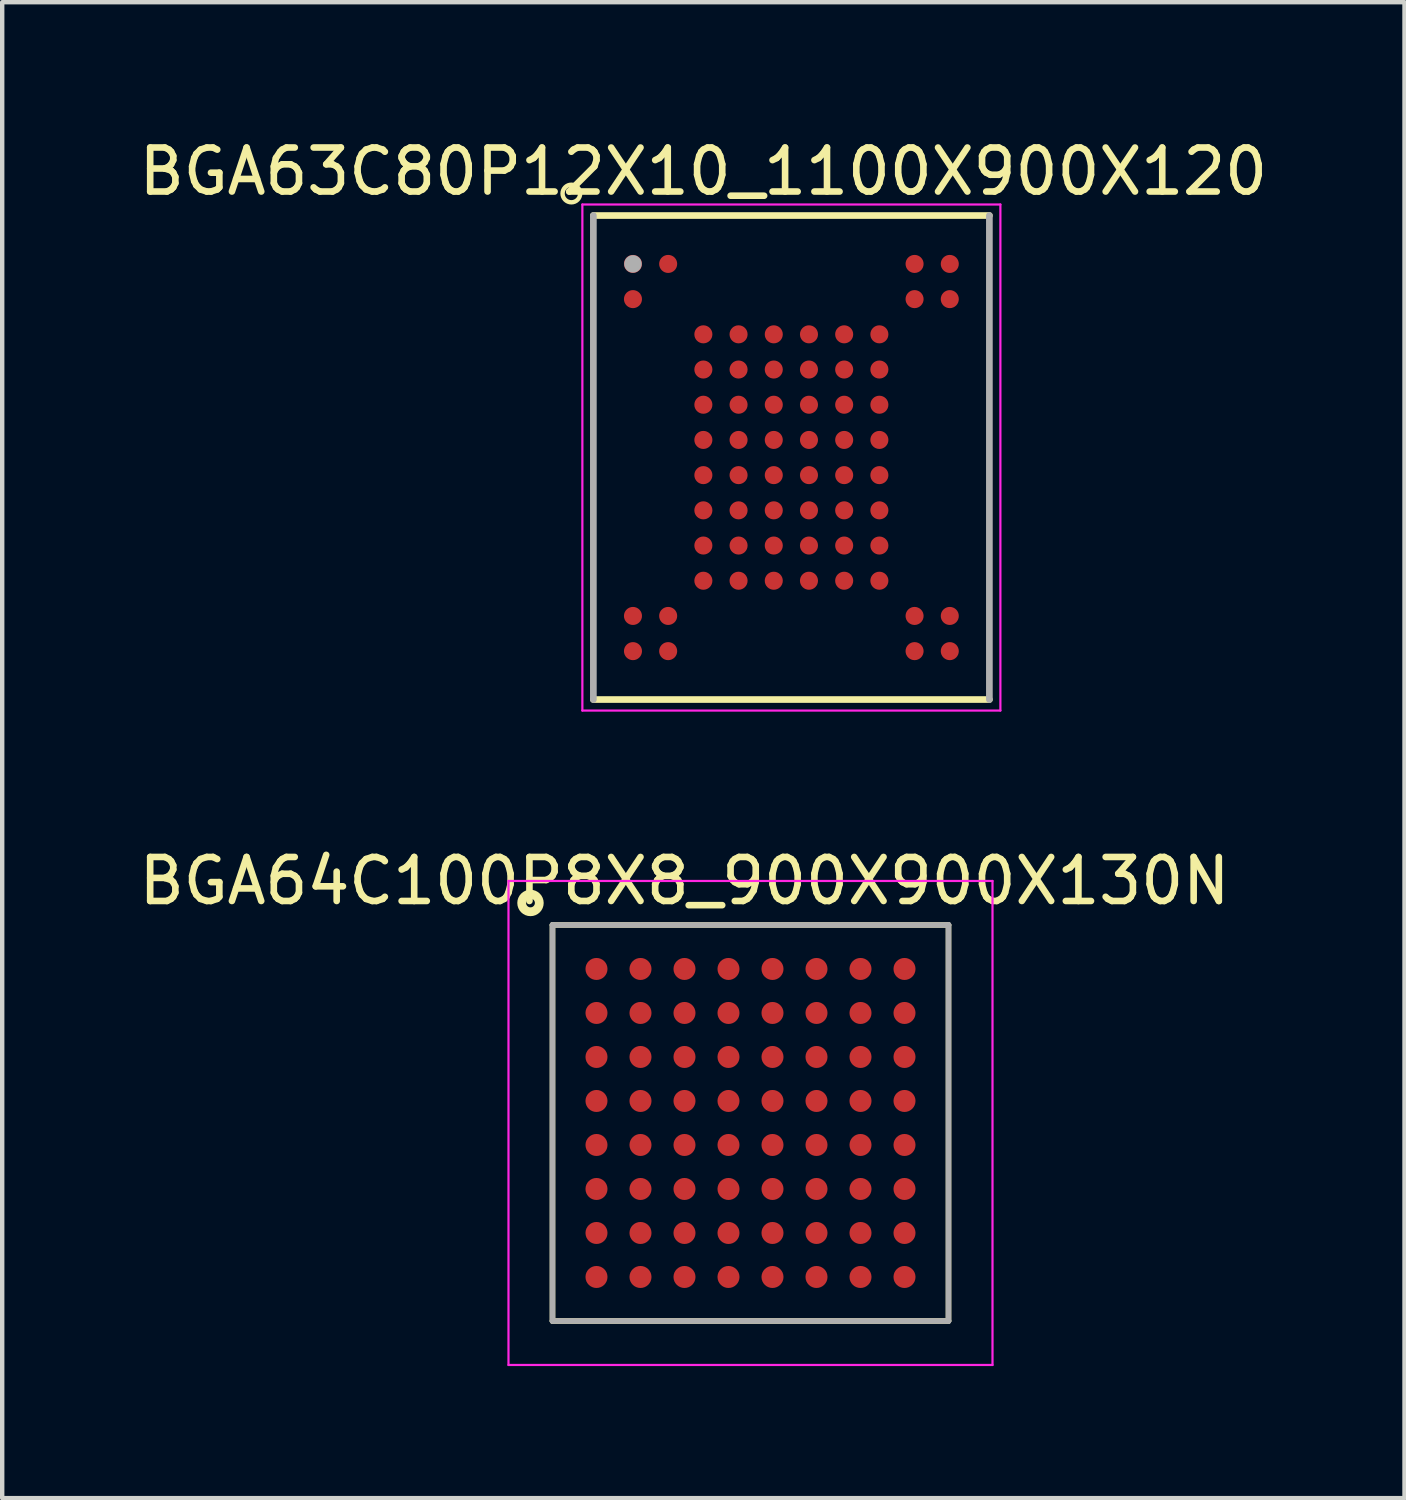
<source format=kicad_pcb>
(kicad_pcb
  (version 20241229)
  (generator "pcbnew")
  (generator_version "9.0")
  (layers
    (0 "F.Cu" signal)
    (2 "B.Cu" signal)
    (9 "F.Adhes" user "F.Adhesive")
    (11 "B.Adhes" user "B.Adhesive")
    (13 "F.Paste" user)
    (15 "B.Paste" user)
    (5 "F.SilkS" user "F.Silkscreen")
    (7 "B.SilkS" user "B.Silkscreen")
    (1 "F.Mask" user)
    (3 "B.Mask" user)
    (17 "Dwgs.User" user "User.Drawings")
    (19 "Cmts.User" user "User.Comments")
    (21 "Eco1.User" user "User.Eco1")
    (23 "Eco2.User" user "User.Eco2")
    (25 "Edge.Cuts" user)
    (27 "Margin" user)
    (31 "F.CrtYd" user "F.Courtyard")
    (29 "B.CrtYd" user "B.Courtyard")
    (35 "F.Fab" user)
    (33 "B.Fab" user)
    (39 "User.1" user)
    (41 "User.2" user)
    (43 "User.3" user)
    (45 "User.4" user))
  (footprint "BGA63C80P12X10_1100X900X120"
    (layer "F.Cu")
    (at 14.935 7.348)
    (property "Reference" "BGA63C80P12X10_1100X900X120" (at -2 -6.5 0) (layer "F.SilkS") (effects (font (size 1 1) (thickness 0.15))))
    (attr through_hole)
    (fp_line (start -4.5 -5.5) (end 4.5 -5.5) (stroke (width 0.152) (type solid)) (layer "F.SilkS"))
    (fp_line (start 4.5 5.5) (end -4.5 5.5) (stroke (width 0.152) (type solid)) (layer "F.SilkS"))
    (fp_circle (center -5 -6) (end -4.8 -6) (stroke (width 0.1) (type solid)) (fill no) (layer "F.SilkS"))
    (fp_line (start -4.75 -5.75) (end 4.75 -5.75) (stroke (width 0.05) (type solid)) (layer "F.CrtYd"))
    (fp_line (start -4.75 5.75) (end -4.75 -5.75) (stroke (width 0.05) (type solid)) (layer "F.CrtYd"))
    (fp_line (start 4.75 -5.75) (end 4.75 5.75) (stroke (width 0.05) (type solid)) (layer "F.CrtYd"))
    (fp_line (start 4.75 5.75) (end -4.75 5.75) (stroke (width 0.05) (type solid)) (layer "F.CrtYd"))
    (fp_line (start -4.5 5.5) (end -4.5 -5.5) (stroke (width 0.152) (type solid)) (layer "F.Fab"))
    (fp_line (start 4.5 -5.5) (end 4.5 5.5) (stroke (width 0.152) (type solid)) (layer "F.Fab"))
    (fp_circle (center -3.6 -4.4) (end -3.5 -4.4) (stroke (width 0.2) (type solid)) (fill no) (layer "F.Fab"))
    (pad "A1" smd circle (at -3.6 -4.4) (size 0.41 0.41) (layers "F.Cu" "F.Mask" "F.Paste"))
    (pad "A2" smd circle (at -2.8 -4.4) (size 0.41 0.41) (layers "F.Cu" "F.Mask" "F.Paste"))
    (pad "A9" smd circle (at 2.8 -4.4) (size 0.41 0.41) (layers "F.Cu" "F.Mask" "F.Paste"))
    (pad "A10" smd circle (at 3.6 -4.4) (size 0.41 0.41) (layers "F.Cu" "F.Mask" "F.Paste"))
    (pad "B1" smd circle (at -3.6 -3.6) (size 0.41 0.41) (layers "F.Cu" "F.Mask" "F.Paste"))
    (pad "B9" smd circle (at 2.8 -3.6) (size 0.41 0.41) (layers "F.Cu" "F.Mask" "F.Paste"))
    (pad "B10" smd circle (at 3.6 -3.6) (size 0.41 0.41) (layers "F.Cu" "F.Mask" "F.Paste"))
    (pad "C3" smd circle (at -2 -2.8) (size 0.41 0.41) (layers "F.Cu" "F.Mask" "F.Paste"))
    (pad "C4" smd circle (at -1.2 -2.8) (size 0.41 0.41) (layers "F.Cu" "F.Mask" "F.Paste"))
    (pad "C5" smd circle (at -0.4 -2.8) (size 0.41 0.41) (layers "F.Cu" "F.Mask" "F.Paste"))
    (pad "C6" smd circle (at 0.4 -2.8) (size 0.41 0.41) (layers "F.Cu" "F.Mask" "F.Paste"))
    (pad "C7" smd circle (at 1.2 -2.8) (size 0.41 0.41) (layers "F.Cu" "F.Mask" "F.Paste"))
    (pad "C8" smd circle (at 2 -2.8) (size 0.41 0.41) (layers "F.Cu" "F.Mask" "F.Paste"))
    (pad "D3" smd circle (at -2 -2) (size 0.41 0.41) (layers "F.Cu" "F.Mask" "F.Paste"))
    (pad "D4" smd circle (at -1.2 -2) (size 0.41 0.41) (layers "F.Cu" "F.Mask" "F.Paste"))
    (pad "D5" smd circle (at -0.4 -2) (size 0.41 0.41) (layers "F.Cu" "F.Mask" "F.Paste"))
    (pad "D6" smd circle (at 0.4 -2) (size 0.41 0.41) (layers "F.Cu" "F.Mask" "F.Paste"))
    (pad "D7" smd circle (at 1.2 -2) (size 0.41 0.41) (layers "F.Cu" "F.Mask" "F.Paste"))
    (pad "D8" smd circle (at 2 -2) (size 0.41 0.41) (layers "F.Cu" "F.Mask" "F.Paste"))
    (pad "E3" smd circle (at -2 -1.2) (size 0.41 0.41) (layers "F.Cu" "F.Mask" "F.Paste"))
    (pad "E4" smd circle (at -1.2 -1.2) (size 0.41 0.41) (layers "F.Cu" "F.Mask" "F.Paste"))
    (pad "E5" smd circle (at -0.4 -1.2) (size 0.41 0.41) (layers "F.Cu" "F.Mask" "F.Paste"))
    (pad "E6" smd circle (at 0.4 -1.2) (size 0.41 0.41) (layers "F.Cu" "F.Mask" "F.Paste"))
    (pad "E7" smd circle (at 1.2 -1.2) (size 0.41 0.41) (layers "F.Cu" "F.Mask" "F.Paste"))
    (pad "E8" smd circle (at 2 -1.2) (size 0.41 0.41) (layers "F.Cu" "F.Mask" "F.Paste"))
    (pad "F3" smd circle (at -2 -0.4) (size 0.41 0.41) (layers "F.Cu" "F.Mask" "F.Paste"))
    (pad "F4" smd circle (at -1.2 -0.4) (size 0.41 0.41) (layers "F.Cu" "F.Mask" "F.Paste"))
    (pad "F5" smd circle (at -0.4 -0.4) (size 0.41 0.41) (layers "F.Cu" "F.Mask" "F.Paste"))
    (pad "F6" smd circle (at 0.4 -0.4) (size 0.41 0.41) (layers "F.Cu" "F.Mask" "F.Paste"))
    (pad "F7" smd circle (at 1.2 -0.4) (size 0.41 0.41) (layers "F.Cu" "F.Mask" "F.Paste"))
    (pad "F8" smd circle (at 2 -0.4) (size 0.41 0.41) (layers "F.Cu" "F.Mask" "F.Paste"))
    (pad "G3" smd circle (at -2 0.4) (size 0.41 0.41) (layers "F.Cu" "F.Mask" "F.Paste"))
    (pad "G4" smd circle (at -1.2 0.4) (size 0.41 0.41) (layers "F.Cu" "F.Mask" "F.Paste"))
    (pad "G5" smd circle (at -0.4 0.4) (size 0.41 0.41) (layers "F.Cu" "F.Mask" "F.Paste"))
    (pad "G6" smd circle (at 0.4 0.4) (size 0.41 0.41) (layers "F.Cu" "F.Mask" "F.Paste"))
    (pad "G7" smd circle (at 1.2 0.4) (size 0.41 0.41) (layers "F.Cu" "F.Mask" "F.Paste"))
    (pad "G8" smd circle (at 2 0.4) (size 0.41 0.41) (layers "F.Cu" "F.Mask" "F.Paste"))
    (pad "H3" smd circle (at -2 1.2) (size 0.41 0.41) (layers "F.Cu" "F.Mask" "F.Paste"))
    (pad "H4" smd circle (at -1.2 1.2) (size 0.41 0.41) (layers "F.Cu" "F.Mask" "F.Paste"))
    (pad "H5" smd circle (at -0.4 1.2) (size 0.41 0.41) (layers "F.Cu" "F.Mask" "F.Paste"))
    (pad "H6" smd circle (at 0.4 1.2) (size 0.41 0.41) (layers "F.Cu" "F.Mask" "F.Paste"))
    (pad "H7" smd circle (at 1.2 1.2) (size 0.41 0.41) (layers "F.Cu" "F.Mask" "F.Paste"))
    (pad "H8" smd circle (at 2 1.2) (size 0.41 0.41) (layers "F.Cu" "F.Mask" "F.Paste"))
    (pad "J3" smd circle (at -2 2) (size 0.41 0.41) (layers "F.Cu" "F.Mask" "F.Paste"))
    (pad "J4" smd circle (at -1.2 2) (size 0.41 0.41) (layers "F.Cu" "F.Mask" "F.Paste"))
    (pad "J5" smd circle (at -0.4 2) (size 0.41 0.41) (layers "F.Cu" "F.Mask" "F.Paste"))
    (pad "J6" smd circle (at 0.4 2) (size 0.41 0.41) (layers "F.Cu" "F.Mask" "F.Paste"))
    (pad "J7" smd circle (at 1.2 2) (size 0.41 0.41) (layers "F.Cu" "F.Mask" "F.Paste"))
    (pad "J8" smd circle (at 2 2) (size 0.41 0.41) (layers "F.Cu" "F.Mask" "F.Paste"))
    (pad "K3" smd circle (at -2 2.8) (size 0.41 0.41) (layers "F.Cu" "F.Mask" "F.Paste"))
    (pad "K4" smd circle (at -1.2 2.8) (size 0.41 0.41) (layers "F.Cu" "F.Mask" "F.Paste"))
    (pad "K5" smd circle (at -0.4 2.8) (size 0.41 0.41) (layers "F.Cu" "F.Mask" "F.Paste"))
    (pad "K6" smd circle (at 0.4 2.8) (size 0.41 0.41) (layers "F.Cu" "F.Mask" "F.Paste"))
    (pad "K7" smd circle (at 1.2 2.8) (size 0.41 0.41) (layers "F.Cu" "F.Mask" "F.Paste"))
    (pad "K8" smd circle (at 2 2.8) (size 0.41 0.41) (layers "F.Cu" "F.Mask" "F.Paste"))
    (pad "L1" smd circle (at -3.6 3.6) (size 0.41 0.41) (layers "F.Cu" "F.Mask" "F.Paste"))
    (pad "L2" smd circle (at -2.8 3.6) (size 0.41 0.41) (layers "F.Cu" "F.Mask" "F.Paste"))
    (pad "L9" smd circle (at 2.8 3.6) (size 0.41 0.41) (layers "F.Cu" "F.Mask" "F.Paste"))
    (pad "L10" smd circle (at 3.6 3.6) (size 0.41 0.41) (layers "F.Cu" "F.Mask" "F.Paste"))
    (pad "M1" smd circle (at -3.6 4.4) (size 0.41 0.41) (layers "F.Cu" "F.Mask" "F.Paste"))
    (pad "M2" smd circle (at -2.8 4.4) (size 0.41 0.41) (layers "F.Cu" "F.Mask" "F.Paste"))
    (pad "M9" smd circle (at 2.8 4.4) (size 0.41 0.41) (layers "F.Cu" "F.Mask" "F.Paste"))
    (pad "M10" smd circle (at 3.6 4.4) (size 0.41 0.41) (layers "F.Cu" "F.Mask" "F.Paste")))
  (footprint "BGA64C100P8X8_900X900X130N"
    (layer "F.Cu")
    (at 14.006 22.471)
    (property "Reference" "BGA64C100P8X8_900X900X130N" (at -1.5 -5.5 0) (layer "F.SilkS") (effects (font (size 1 1) (thickness 0.15))))
    (attr through_hole)
    (fp_line (start -4.5 -4.5) (end 4.5 -4.5) (stroke (width 0.127) (type solid)) (layer "F.SilkS"))
    (fp_line (start -4.5 4.5) (end -4.5 -4.5) (stroke (width 0.127) (type solid)) (layer "F.SilkS"))
    (fp_line (start 4.5 -4.5) (end 4.5 4.5) (stroke (width 0.127) (type solid)) (layer "F.SilkS"))
    (fp_line (start 4.5 4.5) (end -4.5 4.5) (stroke (width 0.127) (type solid)) (layer "F.SilkS"))
    (fp_circle (center -5 -5) (end -4.8 -5) (stroke (width 0.2) (type solid)) (fill no) (layer "F.SilkS"))
    (fp_line (start -5.5 -5.5) (end 5.5 -5.5) (stroke (width 0.05) (type solid)) (layer "F.CrtYd"))
    (fp_line (start -5.5 5.5) (end -5.5 -5.5) (stroke (width 0.05) (type solid)) (layer "F.CrtYd"))
    (fp_line (start 5.5 -5.5) (end 5.5 5.5) (stroke (width 0.05) (type solid)) (layer "F.CrtYd"))
    (fp_line (start 5.5 5.5) (end -5.5 5.5) (stroke (width 0.05) (type solid)) (layer "F.CrtYd"))
    (fp_line (start -4.5 -4.5) (end 4.5 -4.5) (stroke (width 0.127) (type solid)) (layer "F.Fab"))
    (fp_line (start -4.5 4.5) (end -4.5 -4.5) (stroke (width 0.127) (type solid)) (layer "F.Fab"))
    (fp_line (start 4.5 -4.5) (end 4.5 4.5) (stroke (width 0.127) (type solid)) (layer "F.Fab"))
    (fp_line (start 4.5 4.5) (end -4.5 4.5) (stroke (width 0.127) (type solid)) (layer "F.Fab"))
    (pad "A1" smd circle (at -3.5 -3.5) (size 0.5 0.5) (layers "F.Cu" "F.Mask" "F.Paste"))
    (pad "A2" smd circle (at -2.5 -3.5) (size 0.5 0.5) (layers "F.Cu" "F.Mask" "F.Paste"))
    (pad "A3" smd circle (at -1.5 -3.5) (size 0.5 0.5) (layers "F.Cu" "F.Mask" "F.Paste"))
    (pad "A4" smd circle (at -0.5 -3.5) (size 0.5 0.5) (layers "F.Cu" "F.Mask" "F.Paste"))
    (pad "A5" smd circle (at 0.5 -3.5) (size 0.5 0.5) (layers "F.Cu" "F.Mask" "F.Paste"))
    (pad "A6" smd circle (at 1.5 -3.5) (size 0.5 0.5) (layers "F.Cu" "F.Mask" "F.Paste"))
    (pad "A7" smd circle (at 2.5 -3.5) (size 0.5 0.5) (layers "F.Cu" "F.Mask" "F.Paste"))
    (pad "A8" smd circle (at 3.5 -3.5) (size 0.5 0.5) (layers "F.Cu" "F.Mask" "F.Paste"))
    (pad "B1" smd circle (at -3.5 -2.5) (size 0.5 0.5) (layers "F.Cu" "F.Mask" "F.Paste"))
    (pad "B2" smd circle (at -2.5 -2.5) (size 0.5 0.5) (layers "F.Cu" "F.Mask" "F.Paste"))
    (pad "B3" smd circle (at -1.5 -2.5) (size 0.5 0.5) (layers "F.Cu" "F.Mask" "F.Paste"))
    (pad "B4" smd circle (at -0.5 -2.5) (size 0.5 0.5) (layers "F.Cu" "F.Mask" "F.Paste"))
    (pad "B5" smd circle (at 0.5 -2.5) (size 0.5 0.5) (layers "F.Cu" "F.Mask" "F.Paste"))
    (pad "B6" smd circle (at 1.5 -2.5) (size 0.5 0.5) (layers "F.Cu" "F.Mask" "F.Paste"))
    (pad "B7" smd circle (at 2.5 -2.5) (size 0.5 0.5) (layers "F.Cu" "F.Mask" "F.Paste"))
    (pad "B8" smd circle (at 3.5 -2.5) (size 0.5 0.5) (layers "F.Cu" "F.Mask" "F.Paste"))
    (pad "C1" smd circle (at -3.5 -1.5) (size 0.5 0.5) (layers "F.Cu" "F.Mask" "F.Paste"))
    (pad "C2" smd circle (at -2.5 -1.5) (size 0.5 0.5) (layers "F.Cu" "F.Mask" "F.Paste"))
    (pad "C3" smd circle (at -1.5 -1.5) (size 0.5 0.5) (layers "F.Cu" "F.Mask" "F.Paste"))
    (pad "C4" smd circle (at -0.5 -1.5) (size 0.5 0.5) (layers "F.Cu" "F.Mask" "F.Paste"))
    (pad "C5" smd circle (at 0.5 -1.5) (size 0.5 0.5) (layers "F.Cu" "F.Mask" "F.Paste"))
    (pad "C6" smd circle (at 1.5 -1.5) (size 0.5 0.5) (layers "F.Cu" "F.Mask" "F.Paste"))
    (pad "C7" smd circle (at 2.5 -1.5) (size 0.5 0.5) (layers "F.Cu" "F.Mask" "F.Paste"))
    (pad "C8" smd circle (at 3.5 -1.5) (size 0.5 0.5) (layers "F.Cu" "F.Mask" "F.Paste"))
    (pad "D1" smd circle (at -3.5 -0.5) (size 0.5 0.5) (layers "F.Cu" "F.Mask" "F.Paste"))
    (pad "D2" smd circle (at -2.5 -0.5) (size 0.5 0.5) (layers "F.Cu" "F.Mask" "F.Paste"))
    (pad "D3" smd circle (at -1.5 -0.5) (size 0.5 0.5) (layers "F.Cu" "F.Mask" "F.Paste"))
    (pad "D4" smd circle (at -0.5 -0.5) (size 0.5 0.5) (layers "F.Cu" "F.Mask" "F.Paste"))
    (pad "D5" smd circle (at 0.5 -0.5) (size 0.5 0.5) (layers "F.Cu" "F.Mask" "F.Paste"))
    (pad "D6" smd circle (at 1.5 -0.5) (size 0.5 0.5) (layers "F.Cu" "F.Mask" "F.Paste"))
    (pad "D7" smd circle (at 2.5 -0.5) (size 0.5 0.5) (layers "F.Cu" "F.Mask" "F.Paste"))
    (pad "D8" smd circle (at 3.5 -0.5) (size 0.5 0.5) (layers "F.Cu" "F.Mask" "F.Paste"))
    (pad "E1" smd circle (at -3.5 0.5) (size 0.5 0.5) (layers "F.Cu" "F.Mask" "F.Paste"))
    (pad "E2" smd circle (at -2.5 0.5) (size 0.5 0.5) (layers "F.Cu" "F.Mask" "F.Paste"))
    (pad "E3" smd circle (at -1.5 0.5) (size 0.5 0.5) (layers "F.Cu" "F.Mask" "F.Paste"))
    (pad "E4" smd circle (at -0.5 0.5) (size 0.5 0.5) (layers "F.Cu" "F.Mask" "F.Paste"))
    (pad "E5" smd circle (at 0.5 0.5) (size 0.5 0.5) (layers "F.Cu" "F.Mask" "F.Paste"))
    (pad "E6" smd circle (at 1.5 0.5) (size 0.5 0.5) (layers "F.Cu" "F.Mask" "F.Paste"))
    (pad "E7" smd circle (at 2.5 0.5) (size 0.5 0.5) (layers "F.Cu" "F.Mask" "F.Paste"))
    (pad "E8" smd circle (at 3.5 0.5) (size 0.5 0.5) (layers "F.Cu" "F.Mask" "F.Paste"))
    (pad "F1" smd circle (at -3.5 1.5) (size 0.5 0.5) (layers "F.Cu" "F.Mask" "F.Paste"))
    (pad "F2" smd circle (at -2.5 1.5) (size 0.5 0.5) (layers "F.Cu" "F.Mask" "F.Paste"))
    (pad "F3" smd circle (at -1.5 1.5) (size 0.5 0.5) (layers "F.Cu" "F.Mask" "F.Paste"))
    (pad "F4" smd circle (at -0.5 1.5) (size 0.5 0.5) (layers "F.Cu" "F.Mask" "F.Paste"))
    (pad "F5" smd circle (at 0.5 1.5) (size 0.5 0.5) (layers "F.Cu" "F.Mask" "F.Paste"))
    (pad "F6" smd circle (at 1.5 1.5) (size 0.5 0.5) (layers "F.Cu" "F.Mask" "F.Paste"))
    (pad "F7" smd circle (at 2.5 1.5) (size 0.5 0.5) (layers "F.Cu" "F.Mask" "F.Paste"))
    (pad "F8" smd circle (at 3.5 1.5) (size 0.5 0.5) (layers "F.Cu" "F.Mask" "F.Paste"))
    (pad "G1" smd circle (at -3.5 2.5) (size 0.5 0.5) (layers "F.Cu" "F.Mask" "F.Paste"))
    (pad "G2" smd circle (at -2.5 2.5) (size 0.5 0.5) (layers "F.Cu" "F.Mask" "F.Paste"))
    (pad "G3" smd circle (at -1.5 2.5) (size 0.5 0.5) (layers "F.Cu" "F.Mask" "F.Paste"))
    (pad "G4" smd circle (at -0.5 2.5) (size 0.5 0.5) (layers "F.Cu" "F.Mask" "F.Paste"))
    (pad "G5" smd circle (at 0.5 2.5) (size 0.5 0.5) (layers "F.Cu" "F.Mask" "F.Paste"))
    (pad "G6" smd circle (at 2.5 2.5) (size 0.5 0.5) (layers "F.Cu" "F.Mask" "F.Paste"))
    (pad "G7" smd circle (at 1.5 2.5) (size 0.5 0.5) (layers "F.Cu" "F.Mask" "F.Paste"))
    (pad "G8" smd circle (at 3.5 2.5) (size 0.5 0.5) (layers "F.Cu" "F.Mask" "F.Paste"))
    (pad "H1" smd circle (at -3.5 3.5) (size 0.5 0.5) (layers "F.Cu" "F.Mask" "F.Paste"))
    (pad "H2" smd circle (at -2.5 3.5) (size 0.5 0.5) (layers "F.Cu" "F.Mask" "F.Paste"))
    (pad "H3" smd circle (at -1.5 3.5) (size 0.5 0.5) (layers "F.Cu" "F.Mask" "F.Paste"))
    (pad "H4" smd circle (at -0.5 3.5) (size 0.5 0.5) (layers "F.Cu" "F.Mask" "F.Paste"))
    (pad "H5" smd circle (at 0.5 3.5) (size 0.5 0.5) (layers "F.Cu" "F.Mask" "F.Paste"))
    (pad "H6" smd circle (at 1.5 3.5) (size 0.5 0.5) (layers "F.Cu" "F.Mask" "F.Paste"))
    (pad "H7" smd circle (at 2.5 3.5) (size 0.5 0.5) (layers "F.Cu" "F.Mask" "F.Paste"))
    (pad "H8" smd circle (at 3.5 3.5) (size 0.5 0.5) (layers "F.Cu" "F.Mask" "F.Paste")))
  (gr_rect
    (start -3 -3)
    (end 28.869 30.997)
    (stroke (width 0.1) (type default))
    (fill no)
    (layer "Edge.Cuts")))
</source>
